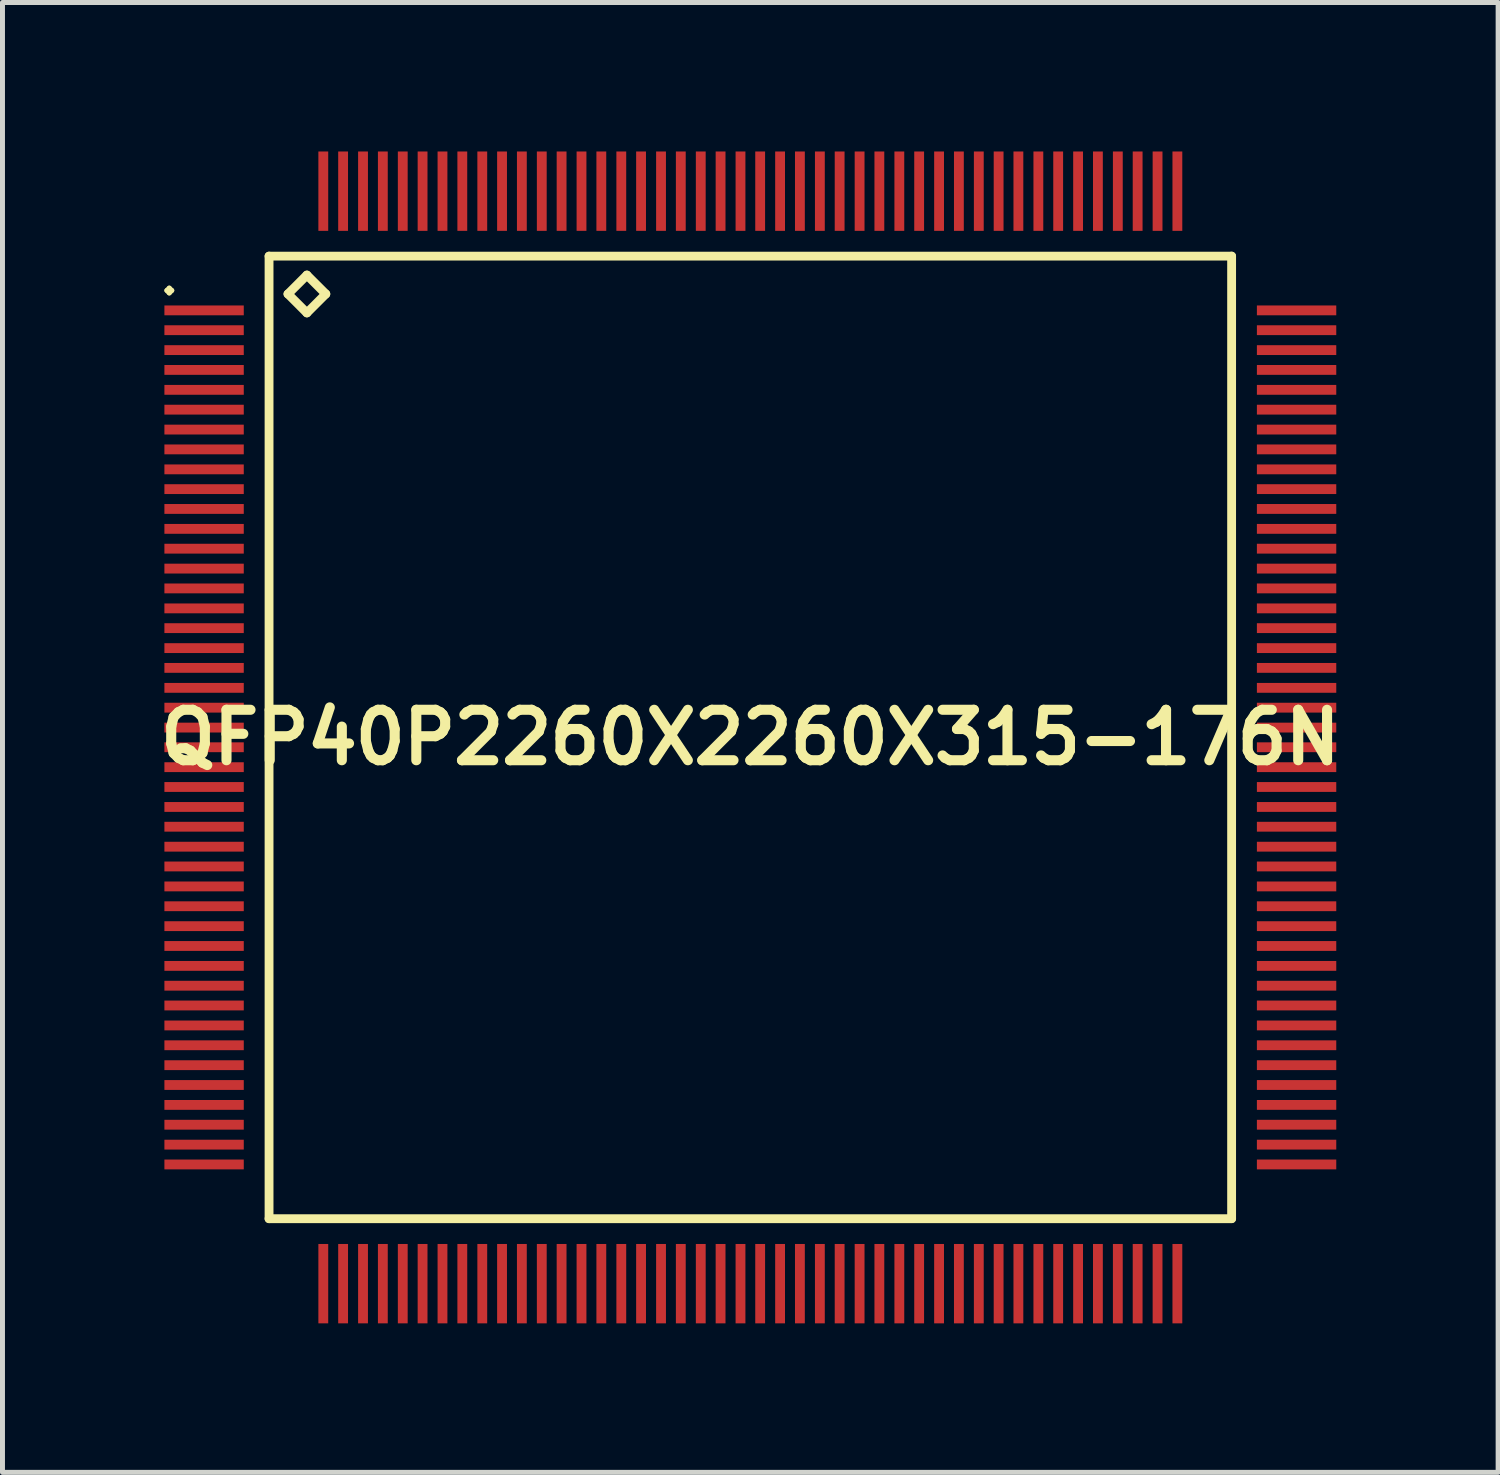
<source format=kicad_pcb>
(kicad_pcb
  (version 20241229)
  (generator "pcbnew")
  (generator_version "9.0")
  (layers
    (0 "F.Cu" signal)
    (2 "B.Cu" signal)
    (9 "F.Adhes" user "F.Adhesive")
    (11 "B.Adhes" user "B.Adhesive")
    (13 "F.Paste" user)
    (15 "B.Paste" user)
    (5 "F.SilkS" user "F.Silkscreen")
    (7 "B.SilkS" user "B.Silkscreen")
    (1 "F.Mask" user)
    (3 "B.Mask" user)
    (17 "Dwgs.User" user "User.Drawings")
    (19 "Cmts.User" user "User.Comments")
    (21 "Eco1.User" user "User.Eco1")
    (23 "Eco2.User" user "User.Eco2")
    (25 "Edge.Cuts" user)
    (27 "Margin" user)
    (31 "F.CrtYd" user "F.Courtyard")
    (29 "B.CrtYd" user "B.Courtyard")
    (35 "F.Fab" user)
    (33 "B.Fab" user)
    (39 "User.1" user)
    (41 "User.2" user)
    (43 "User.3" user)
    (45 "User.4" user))
  (footprint "QFP40P2260X2260X315-176N"
    (layer "F.Cu")
    (at 12.057 11.797)
    (property "Reference" "QFP40P2260X2260X315-176N" (at 0 0 0) (layer "F.SilkS") (effects (font (size 1.016 1.016) (thickness 0.203))))
    (attr smd)
    (fp_line (start -11.748 -8.999) (end -11.699 -9.047) (stroke (width 0.099) (type solid)) (layer "F.SilkS"))
    (fp_line (start -11.699 -9.047) (end -11.648 -8.999) (stroke (width 0.099) (type solid)) (layer "F.SilkS"))
    (fp_line (start -11.699 -8.948) (end -11.748 -8.999) (stroke (width 0.099) (type solid)) (layer "F.SilkS"))
    (fp_line (start -11.648 -8.999) (end -11.699 -8.948) (stroke (width 0.099) (type solid)) (layer "F.SilkS"))
    (fp_line (start -9.69 -9.69) (end -9.69 9.69) (stroke (width 0.178) (type solid)) (layer "F.SilkS"))
    (fp_line (start -9.69 9.69) (end 9.69 9.69) (stroke (width 0.178) (type solid)) (layer "F.SilkS"))
    (fp_line (start -9.309 -8.928) (end -8.928 -9.309) (stroke (width 0.178) (type solid)) (layer "F.SilkS"))
    (fp_line (start -8.928 -9.309) (end -8.547 -8.928) (stroke (width 0.178) (type solid)) (layer "F.SilkS"))
    (fp_line (start -8.928 -8.547) (end -9.309 -8.928) (stroke (width 0.178) (type solid)) (layer "F.SilkS"))
    (fp_line (start -8.547 -8.928) (end -8.928 -8.547) (stroke (width 0.178) (type solid)) (layer "F.SilkS"))
    (fp_line (start 9.69 -9.69) (end -9.69 -9.69) (stroke (width 0.178) (type solid)) (layer "F.SilkS"))
    (fp_line (start 9.69 9.69) (end 9.69 -9.69) (stroke (width 0.178) (type solid)) (layer "F.SilkS"))
    (pad "1" smd rect (at -10.998 -8.598) (size 1.598 0.198) (layers "F.Cu" "F.Mask" "F.Paste"))
    (pad "2" smd rect (at -10.998 -8.199) (size 1.598 0.198) (layers "F.Cu" "F.Mask" "F.Paste"))
    (pad "3" smd rect (at -10.998 -7.798) (size 1.598 0.198) (layers "F.Cu" "F.Mask" "F.Paste"))
    (pad "4" smd rect (at -10.998 -7.399) (size 1.598 0.198) (layers "F.Cu" "F.Mask" "F.Paste"))
    (pad "5" smd rect (at -10.998 -6.998) (size 1.598 0.198) (layers "F.Cu" "F.Mask" "F.Paste"))
    (pad "6" smd rect (at -10.998 -6.599) (size 1.598 0.198) (layers "F.Cu" "F.Mask" "F.Paste"))
    (pad "7" smd rect (at -10.998 -6.198) (size 1.598 0.198) (layers "F.Cu" "F.Mask" "F.Paste"))
    (pad "8" smd rect (at -10.998 -5.799) (size 1.598 0.198) (layers "F.Cu" "F.Mask" "F.Paste"))
    (pad "9" smd rect (at -10.998 -5.397) (size 1.598 0.198) (layers "F.Cu" "F.Mask" "F.Paste"))
    (pad "10" smd rect (at -10.998 -4.999) (size 1.598 0.198) (layers "F.Cu" "F.Mask" "F.Paste"))
    (pad "11" smd rect (at -10.998 -4.6) (size 1.598 0.198) (layers "F.Cu" "F.Mask" "F.Paste"))
    (pad "12" smd rect (at -10.998 -4.199) (size 1.598 0.198) (layers "F.Cu" "F.Mask" "F.Paste"))
    (pad "13" smd rect (at -10.998 -3.8) (size 1.598 0.198) (layers "F.Cu" "F.Mask" "F.Paste"))
    (pad "14" smd rect (at -10.998 -3.399) (size 1.598 0.198) (layers "F.Cu" "F.Mask" "F.Paste"))
    (pad "15" smd rect (at -10.998 -3) (size 1.598 0.198) (layers "F.Cu" "F.Mask" "F.Paste"))
    (pad "16" smd rect (at -10.998 -2.598) (size 1.598 0.198) (layers "F.Cu" "F.Mask" "F.Paste"))
    (pad "17" smd rect (at -10.998 -2.2) (size 1.598 0.198) (layers "F.Cu" "F.Mask" "F.Paste"))
    (pad "18" smd rect (at -10.998 -1.798) (size 1.598 0.198) (layers "F.Cu" "F.Mask" "F.Paste"))
    (pad "19" smd rect (at -10.998 -1.4) (size 1.598 0.198) (layers "F.Cu" "F.Mask" "F.Paste"))
    (pad "20" smd rect (at -10.998 -0.998) (size 1.598 0.198) (layers "F.Cu" "F.Mask" "F.Paste"))
    (pad "21" smd rect (at -10.998 -0.599) (size 1.598 0.198) (layers "F.Cu" "F.Mask" "F.Paste"))
    (pad "22" smd rect (at -10.998 -0.198) (size 1.598 0.198) (layers "F.Cu" "F.Mask" "F.Paste"))
    (pad "23" smd rect (at -10.998 0.198) (size 1.598 0.198) (layers "F.Cu" "F.Mask" "F.Paste"))
    (pad "24" smd rect (at -10.998 0.599) (size 1.598 0.198) (layers "F.Cu" "F.Mask" "F.Paste"))
    (pad "25" smd rect (at -10.998 0.998) (size 1.598 0.198) (layers "F.Cu" "F.Mask" "F.Paste"))
    (pad "26" smd rect (at -10.998 1.4) (size 1.598 0.198) (layers "F.Cu" "F.Mask" "F.Paste"))
    (pad "27" smd rect (at -10.998 1.798) (size 1.598 0.198) (layers "F.Cu" "F.Mask" "F.Paste"))
    (pad "28" smd rect (at -10.998 2.2) (size 1.598 0.198) (layers "F.Cu" "F.Mask" "F.Paste"))
    (pad "29" smd rect (at -10.998 2.598) (size 1.598 0.198) (layers "F.Cu" "F.Mask" "F.Paste"))
    (pad "30" smd rect (at -10.998 3) (size 1.598 0.198) (layers "F.Cu" "F.Mask" "F.Paste"))
    (pad "31" smd rect (at -10.998 3.399) (size 1.598 0.198) (layers "F.Cu" "F.Mask" "F.Paste"))
    (pad "32" smd rect (at -10.998 3.8) (size 1.598 0.198) (layers "F.Cu" "F.Mask" "F.Paste"))
    (pad "33" smd rect (at -10.998 4.199) (size 1.598 0.198) (layers "F.Cu" "F.Mask" "F.Paste"))
    (pad "34" smd rect (at -10.998 4.6) (size 1.598 0.198) (layers "F.Cu" "F.Mask" "F.Paste"))
    (pad "35" smd rect (at -10.998 4.999) (size 1.598 0.198) (layers "F.Cu" "F.Mask" "F.Paste"))
    (pad "36" smd rect (at -10.998 5.397) (size 1.598 0.198) (layers "F.Cu" "F.Mask" "F.Paste"))
    (pad "37" smd rect (at -10.998 5.799) (size 1.598 0.198) (layers "F.Cu" "F.Mask" "F.Paste"))
    (pad "38" smd rect (at -10.998 6.198) (size 1.598 0.198) (layers "F.Cu" "F.Mask" "F.Paste"))
    (pad "39" smd rect (at -10.998 6.599) (size 1.598 0.198) (layers "F.Cu" "F.Mask" "F.Paste"))
    (pad "40" smd rect (at -10.998 6.998) (size 1.598 0.198) (layers "F.Cu" "F.Mask" "F.Paste"))
    (pad "41" smd rect (at -10.998 7.399) (size 1.598 0.198) (layers "F.Cu" "F.Mask" "F.Paste"))
    (pad "42" smd rect (at -10.998 7.798) (size 1.598 0.198) (layers "F.Cu" "F.Mask" "F.Paste"))
    (pad "43" smd rect (at -10.998 8.199) (size 1.598 0.198) (layers "F.Cu" "F.Mask" "F.Paste"))
    (pad "44" smd rect (at -10.998 8.598) (size 1.598 0.198) (layers "F.Cu" "F.Mask" "F.Paste"))
    (pad "45" smd rect (at -8.598 10.998) (size 0.198 1.598) (layers "F.Cu" "F.Mask" "F.Paste"))
    (pad "46" smd rect (at -8.199 10.998) (size 0.198 1.598) (layers "F.Cu" "F.Mask" "F.Paste"))
    (pad "47" smd rect (at -7.798 10.998) (size 0.198 1.598) (layers "F.Cu" "F.Mask" "F.Paste"))
    (pad "48" smd rect (at -7.399 10.998) (size 0.198 1.598) (layers "F.Cu" "F.Mask" "F.Paste"))
    (pad "49" smd rect (at -6.998 10.998) (size 0.198 1.598) (layers "F.Cu" "F.Mask" "F.Paste"))
    (pad "50" smd rect (at -6.599 10.998) (size 0.198 1.598) (layers "F.Cu" "F.Mask" "F.Paste"))
    (pad "51" smd rect (at -6.198 10.998) (size 0.198 1.598) (layers "F.Cu" "F.Mask" "F.Paste"))
    (pad "52" smd rect (at -5.799 10.998) (size 0.198 1.598) (layers "F.Cu" "F.Mask" "F.Paste"))
    (pad "53" smd rect (at -5.397 10.998) (size 0.198 1.598) (layers "F.Cu" "F.Mask" "F.Paste"))
    (pad "54" smd rect (at -4.999 10.998) (size 0.198 1.598) (layers "F.Cu" "F.Mask" "F.Paste"))
    (pad "55" smd rect (at -4.6 10.998) (size 0.198 1.598) (layers "F.Cu" "F.Mask" "F.Paste"))
    (pad "56" smd rect (at -4.199 10.998) (size 0.198 1.598) (layers "F.Cu" "F.Mask" "F.Paste"))
    (pad "57" smd rect (at -3.8 10.998) (size 0.198 1.598) (layers "F.Cu" "F.Mask" "F.Paste"))
    (pad "58" smd rect (at -3.399 10.998) (size 0.198 1.598) (layers "F.Cu" "F.Mask" "F.Paste"))
    (pad "59" smd rect (at -3 10.998) (size 0.198 1.598) (layers "F.Cu" "F.Mask" "F.Paste"))
    (pad "60" smd rect (at -2.598 10.998) (size 0.198 1.598) (layers "F.Cu" "F.Mask" "F.Paste"))
    (pad "61" smd rect (at -2.2 10.998) (size 0.198 1.598) (layers "F.Cu" "F.Mask" "F.Paste"))
    (pad "62" smd rect (at -1.798 10.998) (size 0.198 1.598) (layers "F.Cu" "F.Mask" "F.Paste"))
    (pad "63" smd rect (at -1.4 10.998) (size 0.198 1.598) (layers "F.Cu" "F.Mask" "F.Paste"))
    (pad "64" smd rect (at -0.998 10.998) (size 0.198 1.598) (layers "F.Cu" "F.Mask" "F.Paste"))
    (pad "65" smd rect (at -0.599 10.998) (size 0.198 1.598) (layers "F.Cu" "F.Mask" "F.Paste"))
    (pad "66" smd rect (at -0.198 10.998) (size 0.198 1.598) (layers "F.Cu" "F.Mask" "F.Paste"))
    (pad "67" smd rect (at 0.198 10.998) (size 0.198 1.598) (layers "F.Cu" "F.Mask" "F.Paste"))
    (pad "68" smd rect (at 0.599 10.998) (size 0.198 1.598) (layers "F.Cu" "F.Mask" "F.Paste"))
    (pad "69" smd rect (at 0.998 10.998) (size 0.198 1.598) (layers "F.Cu" "F.Mask" "F.Paste"))
    (pad "70" smd rect (at 1.4 10.998) (size 0.198 1.598) (layers "F.Cu" "F.Mask" "F.Paste"))
    (pad "71" smd rect (at 1.798 10.998) (size 0.198 1.598) (layers "F.Cu" "F.Mask" "F.Paste"))
    (pad "72" smd rect (at 2.2 10.998) (size 0.198 1.598) (layers "F.Cu" "F.Mask" "F.Paste"))
    (pad "73" smd rect (at 2.598 10.998) (size 0.198 1.598) (layers "F.Cu" "F.Mask" "F.Paste"))
    (pad "74" smd rect (at 3 10.998) (size 0.198 1.598) (layers "F.Cu" "F.Mask" "F.Paste"))
    (pad "75" smd rect (at 3.399 10.998) (size 0.198 1.598) (layers "F.Cu" "F.Mask" "F.Paste"))
    (pad "76" smd rect (at 3.8 10.998) (size 0.198 1.598) (layers "F.Cu" "F.Mask" "F.Paste"))
    (pad "77" smd rect (at 4.199 10.998) (size 0.198 1.598) (layers "F.Cu" "F.Mask" "F.Paste"))
    (pad "78" smd rect (at 4.6 10.998) (size 0.198 1.598) (layers "F.Cu" "F.Mask" "F.Paste"))
    (pad "79" smd rect (at 4.999 10.998) (size 0.198 1.598) (layers "F.Cu" "F.Mask" "F.Paste"))
    (pad "80" smd rect (at 5.397 10.998) (size 0.198 1.598) (layers "F.Cu" "F.Mask" "F.Paste"))
    (pad "81" smd rect (at 5.799 10.998) (size 0.198 1.598) (layers "F.Cu" "F.Mask" "F.Paste"))
    (pad "82" smd rect (at 6.198 10.998) (size 0.198 1.598) (layers "F.Cu" "F.Mask" "F.Paste"))
    (pad "83" smd rect (at 6.599 10.998) (size 0.198 1.598) (layers "F.Cu" "F.Mask" "F.Paste"))
    (pad "84" smd rect (at 6.998 10.998) (size 0.198 1.598) (layers "F.Cu" "F.Mask" "F.Paste"))
    (pad "85" smd rect (at 7.399 10.998) (size 0.198 1.598) (layers "F.Cu" "F.Mask" "F.Paste"))
    (pad "86" smd rect (at 7.798 10.998) (size 0.198 1.598) (layers "F.Cu" "F.Mask" "F.Paste"))
    (pad "87" smd rect (at 8.199 10.998) (size 0.198 1.598) (layers "F.Cu" "F.Mask" "F.Paste"))
    (pad "88" smd rect (at 8.598 10.998) (size 0.198 1.598) (layers "F.Cu" "F.Mask" "F.Paste"))
    (pad "89" smd rect (at 10.998 8.598) (size 1.598 0.198) (layers "F.Cu" "F.Mask" "F.Paste"))
    (pad "90" smd rect (at 10.998 8.199) (size 1.598 0.198) (layers "F.Cu" "F.Mask" "F.Paste"))
    (pad "91" smd rect (at 10.998 7.798) (size 1.598 0.198) (layers "F.Cu" "F.Mask" "F.Paste"))
    (pad "92" smd rect (at 10.998 7.399) (size 1.598 0.198) (layers "F.Cu" "F.Mask" "F.Paste"))
    (pad "93" smd rect (at 10.998 6.998) (size 1.598 0.198) (layers "F.Cu" "F.Mask" "F.Paste"))
    (pad "94" smd rect (at 10.998 6.599) (size 1.598 0.198) (layers "F.Cu" "F.Mask" "F.Paste"))
    (pad "95" smd rect (at 10.998 6.198) (size 1.598 0.198) (layers "F.Cu" "F.Mask" "F.Paste"))
    (pad "96" smd rect (at 10.998 5.799) (size 1.598 0.198) (layers "F.Cu" "F.Mask" "F.Paste"))
    (pad "97" smd rect (at 10.998 5.397) (size 1.598 0.198) (layers "F.Cu" "F.Mask" "F.Paste"))
    (pad "98" smd rect (at 10.998 4.999) (size 1.598 0.198) (layers "F.Cu" "F.Mask" "F.Paste"))
    (pad "99" smd rect (at 10.998 4.6) (size 1.598 0.198) (layers "F.Cu" "F.Mask" "F.Paste"))
    (pad "100" smd rect (at 10.998 4.199) (size 1.598 0.198) (layers "F.Cu" "F.Mask" "F.Paste"))
    (pad "101" smd rect (at 10.998 3.8) (size 1.598 0.198) (layers "F.Cu" "F.Mask" "F.Paste"))
    (pad "102" smd rect (at 10.998 3.399) (size 1.598 0.198) (layers "F.Cu" "F.Mask" "F.Paste"))
    (pad "103" smd rect (at 10.998 3) (size 1.598 0.198) (layers "F.Cu" "F.Mask" "F.Paste"))
    (pad "104" smd rect (at 10.998 2.598) (size 1.598 0.198) (layers "F.Cu" "F.Mask" "F.Paste"))
    (pad "105" smd rect (at 10.998 2.2) (size 1.598 0.198) (layers "F.Cu" "F.Mask" "F.Paste"))
    (pad "106" smd rect (at 10.998 1.798) (size 1.598 0.198) (layers "F.Cu" "F.Mask" "F.Paste"))
    (pad "107" smd rect (at 10.998 1.4) (size 1.598 0.198) (layers "F.Cu" "F.Mask" "F.Paste"))
    (pad "108" smd rect (at 10.998 0.998) (size 1.598 0.198) (layers "F.Cu" "F.Mask" "F.Paste"))
    (pad "109" smd rect (at 10.998 0.599) (size 1.598 0.198) (layers "F.Cu" "F.Mask" "F.Paste"))
    (pad "110" smd rect (at 10.998 0.198) (size 1.598 0.198) (layers "F.Cu" "F.Mask" "F.Paste"))
    (pad "111" smd rect (at 10.998 -0.198) (size 1.598 0.198) (layers "F.Cu" "F.Mask" "F.Paste"))
    (pad "112" smd rect (at 10.998 -0.599) (size 1.598 0.198) (layers "F.Cu" "F.Mask" "F.Paste"))
    (pad "113" smd rect (at 10.998 -0.998) (size 1.598 0.198) (layers "F.Cu" "F.Mask" "F.Paste"))
    (pad "114" smd rect (at 10.998 -1.4) (size 1.598 0.198) (layers "F.Cu" "F.Mask" "F.Paste"))
    (pad "115" smd rect (at 10.998 -1.798) (size 1.598 0.198) (layers "F.Cu" "F.Mask" "F.Paste"))
    (pad "116" smd rect (at 10.998 -2.2) (size 1.598 0.198) (layers "F.Cu" "F.Mask" "F.Paste"))
    (pad "117" smd rect (at 10.998 -2.598) (size 1.598 0.198) (layers "F.Cu" "F.Mask" "F.Paste"))
    (pad "118" smd rect (at 10.998 -3) (size 1.598 0.198) (layers "F.Cu" "F.Mask" "F.Paste"))
    (pad "119" smd rect (at 10.998 -3.399) (size 1.598 0.198) (layers "F.Cu" "F.Mask" "F.Paste"))
    (pad "120" smd rect (at 10.998 -3.8) (size 1.598 0.198) (layers "F.Cu" "F.Mask" "F.Paste"))
    (pad "121" smd rect (at 10.998 -4.199) (size 1.598 0.198) (layers "F.Cu" "F.Mask" "F.Paste"))
    (pad "122" smd rect (at 10.998 -4.6) (size 1.598 0.198) (layers "F.Cu" "F.Mask" "F.Paste"))
    (pad "123" smd rect (at 10.998 -4.999) (size 1.598 0.198) (layers "F.Cu" "F.Mask" "F.Paste"))
    (pad "124" smd rect (at 10.998 -5.397) (size 1.598 0.198) (layers "F.Cu" "F.Mask" "F.Paste"))
    (pad "125" smd rect (at 10.998 -5.799) (size 1.598 0.198) (layers "F.Cu" "F.Mask" "F.Paste"))
    (pad "126" smd rect (at 10.998 -6.198) (size 1.598 0.198) (layers "F.Cu" "F.Mask" "F.Paste"))
    (pad "127" smd rect (at 10.998 -6.599) (size 1.598 0.198) (layers "F.Cu" "F.Mask" "F.Paste"))
    (pad "128" smd rect (at 10.998 -6.998) (size 1.598 0.198) (layers "F.Cu" "F.Mask" "F.Paste"))
    (pad "129" smd rect (at 10.998 -7.399) (size 1.598 0.198) (layers "F.Cu" "F.Mask" "F.Paste"))
    (pad "130" smd rect (at 10.998 -7.798) (size 1.598 0.198) (layers "F.Cu" "F.Mask" "F.Paste"))
    (pad "131" smd rect (at 10.998 -8.199) (size 1.598 0.198) (layers "F.Cu" "F.Mask" "F.Paste"))
    (pad "132" smd rect (at 10.998 -8.598) (size 1.598 0.198) (layers "F.Cu" "F.Mask" "F.Paste"))
    (pad "133" smd rect (at 8.598 -10.998) (size 0.198 1.598) (layers "F.Cu" "F.Mask" "F.Paste"))
    (pad "134" smd rect (at 8.199 -10.998) (size 0.198 1.598) (layers "F.Cu" "F.Mask" "F.Paste"))
    (pad "135" smd rect (at 7.798 -10.998) (size 0.198 1.598) (layers "F.Cu" "F.Mask" "F.Paste"))
    (pad "136" smd rect (at 7.399 -10.998) (size 0.198 1.598) (layers "F.Cu" "F.Mask" "F.Paste"))
    (pad "137" smd rect (at 6.998 -10.998) (size 0.198 1.598) (layers "F.Cu" "F.Mask" "F.Paste"))
    (pad "138" smd rect (at 6.599 -10.998) (size 0.198 1.598) (layers "F.Cu" "F.Mask" "F.Paste"))
    (pad "139" smd rect (at 6.198 -10.998) (size 0.198 1.598) (layers "F.Cu" "F.Mask" "F.Paste"))
    (pad "140" smd rect (at 5.799 -10.998) (size 0.198 1.598) (layers "F.Cu" "F.Mask" "F.Paste"))
    (pad "141" smd rect (at 5.397 -10.998) (size 0.198 1.598) (layers "F.Cu" "F.Mask" "F.Paste"))
    (pad "142" smd rect (at 4.999 -10.998) (size 0.198 1.598) (layers "F.Cu" "F.Mask" "F.Paste"))
    (pad "143" smd rect (at 4.6 -10.998) (size 0.198 1.598) (layers "F.Cu" "F.Mask" "F.Paste"))
    (pad "144" smd rect (at 4.199 -10.998) (size 0.198 1.598) (layers "F.Cu" "F.Mask" "F.Paste"))
    (pad "145" smd rect (at 3.8 -10.998) (size 0.198 1.598) (layers "F.Cu" "F.Mask" "F.Paste"))
    (pad "146" smd rect (at 3.399 -10.998) (size 0.198 1.598) (layers "F.Cu" "F.Mask" "F.Paste"))
    (pad "147" smd rect (at 3 -10.998) (size 0.198 1.598) (layers "F.Cu" "F.Mask" "F.Paste"))
    (pad "148" smd rect (at 2.598 -10.998) (size 0.198 1.598) (layers "F.Cu" "F.Mask" "F.Paste"))
    (pad "149" smd rect (at 2.2 -10.998) (size 0.198 1.598) (layers "F.Cu" "F.Mask" "F.Paste"))
    (pad "150" smd rect (at 1.798 -10.998) (size 0.198 1.598) (layers "F.Cu" "F.Mask" "F.Paste"))
    (pad "151" smd rect (at 1.4 -10.998) (size 0.198 1.598) (layers "F.Cu" "F.Mask" "F.Paste"))
    (pad "152" smd rect (at 0.998 -10.998) (size 0.198 1.598) (layers "F.Cu" "F.Mask" "F.Paste"))
    (pad "153" smd rect (at 0.599 -10.998) (size 0.198 1.598) (layers "F.Cu" "F.Mask" "F.Paste"))
    (pad "154" smd rect (at 0.198 -10.998) (size 0.198 1.598) (layers "F.Cu" "F.Mask" "F.Paste"))
    (pad "155" smd rect (at -0.198 -10.998) (size 0.198 1.598) (layers "F.Cu" "F.Mask" "F.Paste"))
    (pad "156" smd rect (at -0.599 -10.998) (size 0.198 1.598) (layers "F.Cu" "F.Mask" "F.Paste"))
    (pad "157" smd rect (at -0.998 -10.998) (size 0.198 1.598) (layers "F.Cu" "F.Mask" "F.Paste"))
    (pad "158" smd rect (at -1.4 -10.998) (size 0.198 1.598) (layers "F.Cu" "F.Mask" "F.Paste"))
    (pad "159" smd rect (at -1.798 -10.998) (size 0.198 1.598) (layers "F.Cu" "F.Mask" "F.Paste"))
    (pad "160" smd rect (at -2.2 -10.998) (size 0.198 1.598) (layers "F.Cu" "F.Mask" "F.Paste"))
    (pad "161" smd rect (at -2.598 -10.998) (size 0.198 1.598) (layers "F.Cu" "F.Mask" "F.Paste"))
    (pad "162" smd rect (at -3 -10.998) (size 0.198 1.598) (layers "F.Cu" "F.Mask" "F.Paste"))
    (pad "163" smd rect (at -3.399 -10.998) (size 0.198 1.598) (layers "F.Cu" "F.Mask" "F.Paste"))
    (pad "164" smd rect (at -3.8 -10.998) (size 0.198 1.598) (layers "F.Cu" "F.Mask" "F.Paste"))
    (pad "165" smd rect (at -4.199 -10.998) (size 0.198 1.598) (layers "F.Cu" "F.Mask" "F.Paste"))
    (pad "166" smd rect (at -4.6 -10.998) (size 0.198 1.598) (layers "F.Cu" "F.Mask" "F.Paste"))
    (pad "167" smd rect (at -4.999 -10.998) (size 0.198 1.598) (layers "F.Cu" "F.Mask" "F.Paste"))
    (pad "168" smd rect (at -5.397 -10.998) (size 0.198 1.598) (layers "F.Cu" "F.Mask" "F.Paste"))
    (pad "169" smd rect (at -5.799 -10.998) (size 0.198 1.598) (layers "F.Cu" "F.Mask" "F.Paste"))
    (pad "170" smd rect (at -6.198 -10.998) (size 0.198 1.598) (layers "F.Cu" "F.Mask" "F.Paste"))
    (pad "171" smd rect (at -6.599 -10.998) (size 0.198 1.598) (layers "F.Cu" "F.Mask" "F.Paste"))
    (pad "172" smd rect (at -6.998 -10.998) (size 0.198 1.598) (layers "F.Cu" "F.Mask" "F.Paste"))
    (pad "173" smd rect (at -7.399 -10.998) (size 0.198 1.598) (layers "F.Cu" "F.Mask" "F.Paste"))
    (pad "174" smd rect (at -7.798 -10.998) (size 0.198 1.598) (layers "F.Cu" "F.Mask" "F.Paste"))
    (pad "175" smd rect (at -8.199 -10.998) (size 0.198 1.598) (layers "F.Cu" "F.Mask" "F.Paste"))
    (pad "176" smd rect (at -8.598 -10.998) (size 0.198 1.598) (layers "F.Cu" "F.Mask" "F.Paste")))
  (gr_rect
    (start -3 -3)
    (end 27.113 26.594)
    (stroke (width 0.1) (type default))
    (fill no)
    (layer "Edge.Cuts")))
</source>
